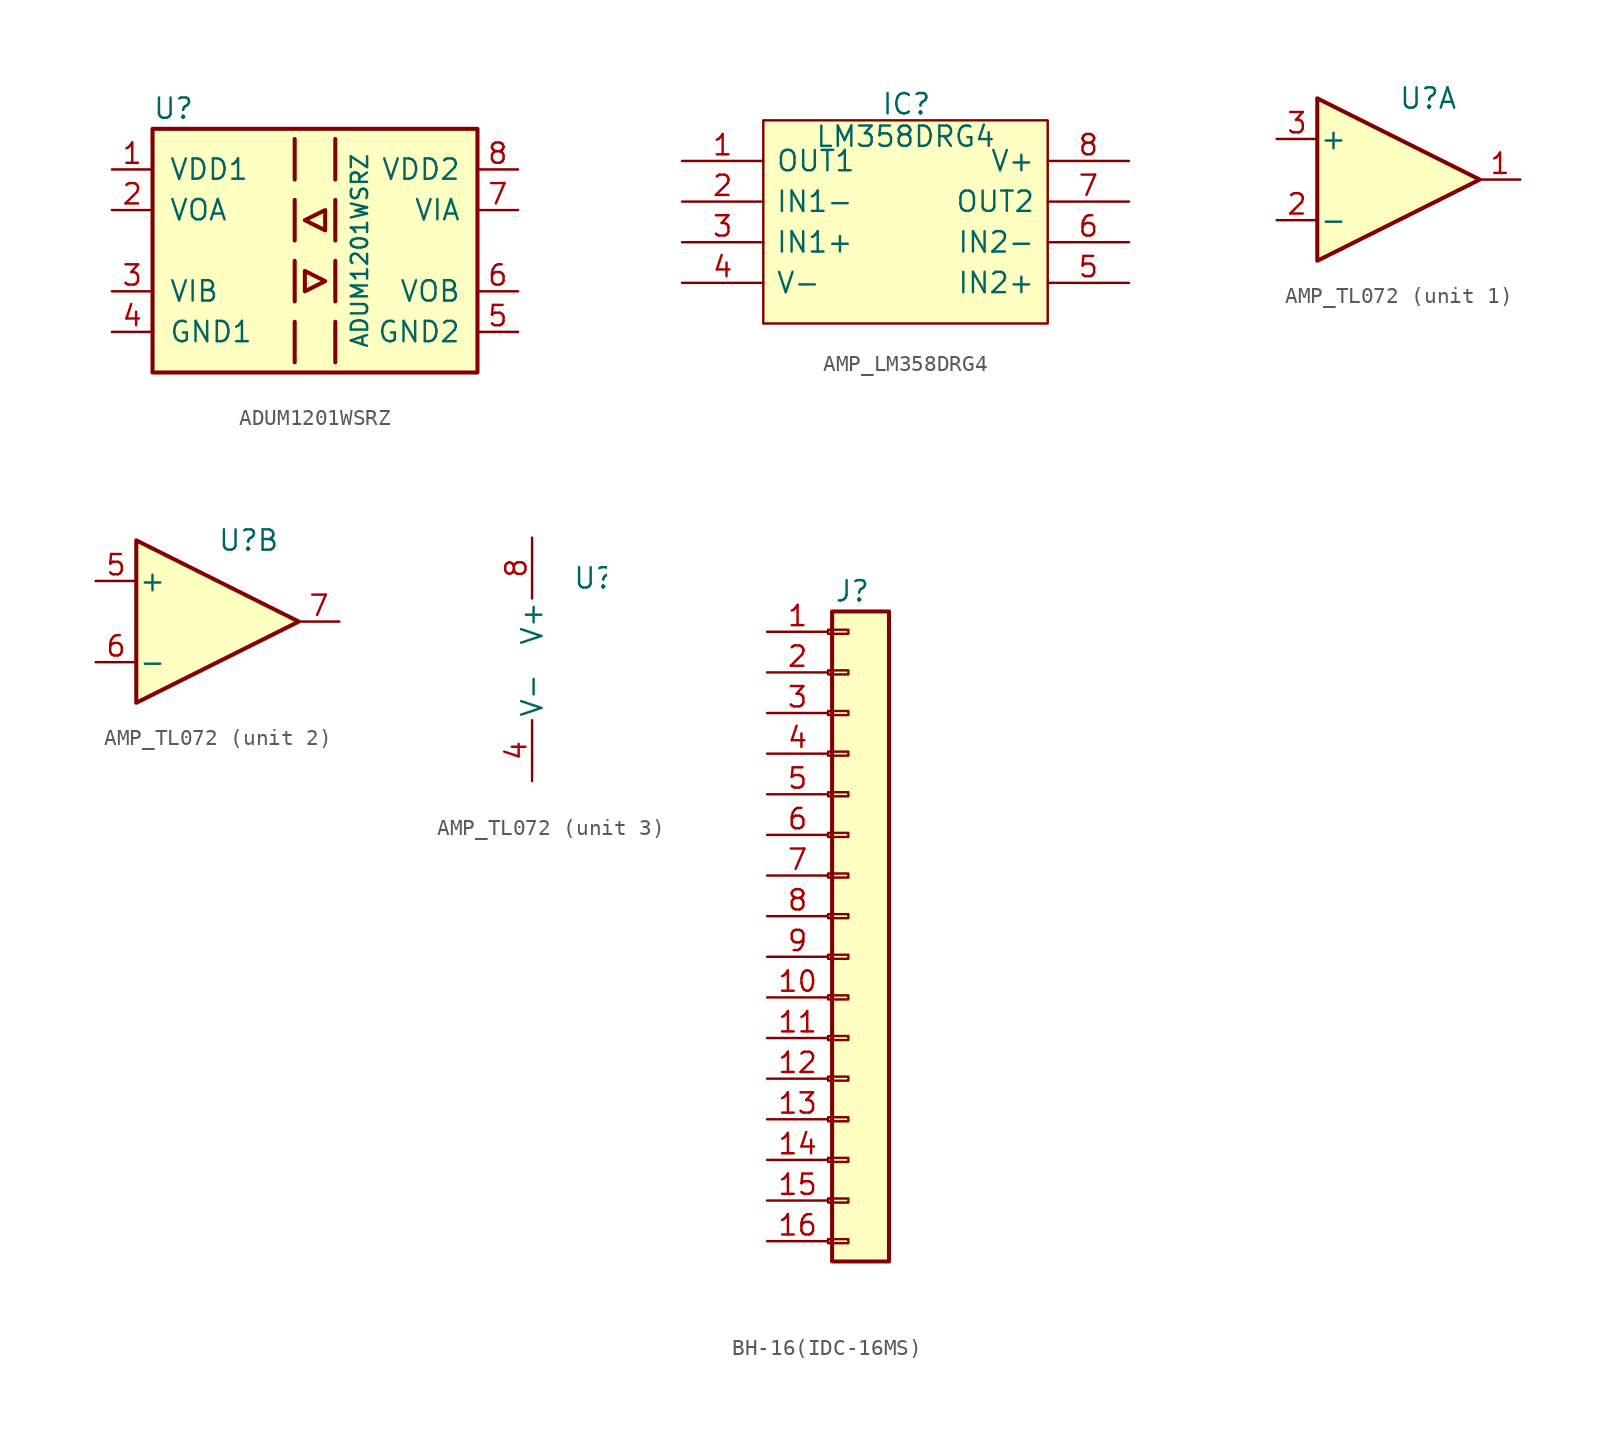
<source format=kicad_sym>
(kicad_symbol_lib
  (version 20220914)
  (generator kicad_symbol_editor)
  (symbol "ADUM1201WSRZ"
    (pin_names
      (offset 1.016))
    (property "Reference" "U"
      (at -10.16 8.89 0)
      (effects (font (size 1.27 1.27)) (justify left)))
    (property "Value" "ADUM1201WSRZ"
      (at 2.794 0 90)
      (effects (font (size 1.016 1.016))))
    (symbol "ADUM1201WSRZ_0_1"
      (rectangle (start -10.16 7.62) (end 10.16 -7.62) (stroke (width 0.254) (type default)) (fill (type background)))
      (polyline (pts (xy -1.27 -4.445) (xy -1.27 -6.985)) (stroke (width 0.254) (type default)) (fill (type none)))
      (polyline (pts (xy -1.27 -0.635) (xy -1.27 -3.175)) (stroke (width 0.254) (type default)) (fill (type none)))
      (polyline (pts (xy -1.27 3.175) (xy -1.27 0.635)) (stroke (width 0.254) (type default)) (fill (type none)))
      (polyline (pts (xy -1.27 6.985) (xy -1.27 4.445)) (stroke (width 0.254) (type default)) (fill (type none)))
      (polyline (pts (xy 1.27 -4.445) (xy 1.27 -6.985)) (stroke (width 0.254) (type default)) (fill (type none)))
      (polyline (pts (xy 1.27 -0.635) (xy 1.27 -3.175)) (stroke (width 0.254) (type default)) (fill (type none)))
      (polyline (pts (xy 1.27 3.175) (xy 1.27 0.635)) (stroke (width 0.254) (type default)) (fill (type none)))
      (polyline (pts (xy 1.27 6.985) (xy 1.27 4.445)) (stroke (width 0.254) (type default)) (fill (type none)))
      (polyline (pts (xy -0.635 -1.27) (xy -0.635 -2.54) (xy 0.635 -1.905) (xy -0.635 -1.27)) (stroke (width 0.254) (type default)) (fill (type none)))
      (polyline (pts (xy 0.635 2.54) (xy 0.635 1.27) (xy -0.635 1.905) (xy 0.635 2.54)) (stroke (width 0.254) (type default)) (fill (type none))))
    (symbol "ADUM1201WSRZ_1_1"
      (pin power_in line (at -12.7 5.08 0) (length 2.54) (name "VDD1" (effects (font (size 1.27 1.27)))) (number "1" (effects (font (size 1.27 1.27)))))
      (pin output line (at -12.7 2.54 0) (length 2.54) (name "VOA" (effects (font (size 1.27 1.27)))) (number "2" (effects (font (size 1.27 1.27)))))
      (pin input line (at -12.7 -2.54 0) (length 2.54) (name "VIB" (effects (font (size 1.27 1.27)))) (number "3" (effects (font (size 1.27 1.27)))))
      (pin power_in line (at -12.7 -5.08 0) (length 2.54) (name "GND1" (effects (font (size 1.27 1.27)))) (number "4" (effects (font (size 1.27 1.27)))))
      (pin power_in line (at 12.7 -5.08 180) (length 2.54) (name "GND2" (effects (font (size 1.27 1.27)))) (number "5" (effects (font (size 1.27 1.27)))))
      (pin output line (at 12.7 -2.54 180) (length 2.54) (name "VOB" (effects (font (size 1.27 1.27)))) (number "6" (effects (font (size 1.27 1.27)))))
      (pin input line (at 12.7 2.54 180) (length 2.54) (name "VIA" (effects (font (size 1.27 1.27)))) (number "7" (effects (font (size 1.27 1.27)))))
      (pin power_in line (at 12.7 5.08 180) (length 2.54) (name "VDD2" (effects (font (size 1.27 1.27)))) (number "8" (effects (font (size 1.27 1.27)))))))
  (symbol "AMP_LM358DRG4"
    (pin_names
      (offset 0.762))
    (property "Reference" "IC"
      (at 12.446 3.556 0)
      (effects (font (size 1.27 1.27)) (justify left)))
    (property "Value" "LM358DRG4"
      (at 13.97 1.524 0)
      (effects (font (size 1.27 1.27))))
    (symbol "AMP_LM358DRG4_0_0"
      (pin passive line (at 0 0 0) (length 5.08) (name "OUT1" (effects (font (size 1.27 1.27)))) (number "1" (effects (font (size 1.27 1.27)))))
      (pin passive line (at 0 -2.54 0) (length 5.08) (name "IN1-" (effects (font (size 1.27 1.27)))) (number "2" (effects (font (size 1.27 1.27)))))
      (pin passive line (at 0 -5.08 0) (length 5.08) (name "IN1+" (effects (font (size 1.27 1.27)))) (number "3" (effects (font (size 1.27 1.27)))))
      (pin passive line (at 0 -7.62 0) (length 5.08) (name "V-" (effects (font (size 1.27 1.27)))) (number "4" (effects (font (size 1.27 1.27)))))
      (pin passive line (at 27.94 -7.62 180) (length 5.08) (name "IN2+" (effects (font (size 1.27 1.27)))) (number "5" (effects (font (size 1.27 1.27)))))
      (pin passive line (at 27.94 -5.08 180) (length 5.08) (name "IN2-" (effects (font (size 1.27 1.27)))) (number "6" (effects (font (size 1.27 1.27)))))
      (pin passive line (at 27.94 -2.54 180) (length 5.08) (name "OUT2" (effects (font (size 1.27 1.27)))) (number "7" (effects (font (size 1.27 1.27)))))
      (pin passive line (at 27.94 0 180) (length 5.08) (name "V+" (effects (font (size 1.27 1.27)))) (number "8" (effects (font (size 1.27 1.27))))))
    (symbol "AMP_LM358DRG4_0_1"
      (polyline (pts (xy 5.08 2.54) (xy 22.86 2.54) (xy 22.86 -10.16) (xy 5.08 -10.16) (xy 5.08 2.54)) (stroke (width 0.152) (type default)) (fill (type background)))))
  (symbol "AMP_TL072"
    (pin_names
      (offset 0.127))
    (property "Reference" "U"
      (at 0 5.08 0)
      (effects (font (size 1.27 1.27)) (justify left)))
    (property "ki_locked" ""
      (at 0 0 0)
      (effects (font (size 1.27 1.27))))
    (symbol "AMP_TL072_1_1"
      (polyline (pts (xy -5.08 5.08) (xy 5.08 0) (xy -5.08 -5.08) (xy -5.08 5.08)) (stroke (width 0.254) (type default)) (fill (type background)))
      (pin output line (at 7.62 0 180) (length 2.54) (name "~" (effects (font (size 1.27 1.27)))) (number "1" (effects (font (size 1.27 1.27)))))
      (pin input line (at -7.62 -2.54 0) (length 2.54) (name "-" (effects (font (size 1.27 1.27)))) (number "2" (effects (font (size 1.27 1.27)))))
      (pin input line (at -7.62 2.54 0) (length 2.54) (name "+" (effects (font (size 1.27 1.27)))) (number "3" (effects (font (size 1.27 1.27))))))
    (symbol "AMP_TL072_2_1"
      (polyline (pts (xy -5.08 5.08) (xy 5.08 0) (xy -5.08 -5.08) (xy -5.08 5.08)) (stroke (width 0.254) (type default)) (fill (type background)))
      (pin input line (at -7.62 2.54 0) (length 2.54) (name "+" (effects (font (size 1.27 1.27)))) (number "5" (effects (font (size 1.27 1.27)))))
      (pin input line (at -7.62 -2.54 0) (length 2.54) (name "-" (effects (font (size 1.27 1.27)))) (number "6" (effects (font (size 1.27 1.27)))))
      (pin output line (at 7.62 0 180) (length 2.54) (name "~" (effects (font (size 1.27 1.27)))) (number "7" (effects (font (size 1.27 1.27))))))
    (symbol "AMP_TL072_3_1"
      (pin power_in line (at -2.54 -7.62 90) (length 3.81) (name "V-" (effects (font (size 1.27 1.27)))) (number "4" (effects (font (size 1.27 1.27)))))
      (pin power_in line (at -2.54 7.62 270) (length 3.81) (name "V+" (effects (font (size 1.27 1.27)))) (number "8" (effects (font (size 1.27 1.27)))))))
  (symbol "BH-16(IDC-16MS)"
    (pin_names
      (offset 1.016) hide)
    (property "Reference" "J"
      (at 0.254 27.94 0)
      (effects (font (size 1.27 1.27))))
    (symbol "BH-16(IDC-16MS)_1_1"
      (rectangle (start -1.27 -12.573) (end 0 -12.827) (stroke (width 0.152) (type default)) (fill (type none)))
      (rectangle (start -1.27 -10.033) (end 0 -10.287) (stroke (width 0.152) (type default)) (fill (type none)))
      (rectangle (start -1.27 -7.493) (end 0 -7.747) (stroke (width 0.152) (type default)) (fill (type none)))
      (rectangle (start -1.27 -4.953) (end 0 -5.207) (stroke (width 0.152) (type default)) (fill (type none)))
      (rectangle (start -1.27 -2.413) (end 0 -2.667) (stroke (width 0.152) (type default)) (fill (type none)))
      (rectangle (start -1.27 0.127) (end 0 -0.127) (stroke (width 0.152) (type default)) (fill (type none)))
      (rectangle (start -1.27 2.667) (end 0 2.413) (stroke (width 0.152) (type default)) (fill (type none)))
      (rectangle (start -1.27 5.207) (end 0 4.953) (stroke (width 0.152) (type default)) (fill (type none)))
      (rectangle (start -1.27 7.747) (end 0 7.493) (stroke (width 0.152) (type default)) (fill (type none)))
      (rectangle (start -1.27 10.287) (end 0 10.033) (stroke (width 0.152) (type default)) (fill (type none)))
      (rectangle (start -1.27 12.827) (end 0 12.573) (stroke (width 0.152) (type default)) (fill (type none)))
      (rectangle (start -1.27 15.367) (end 0 15.113) (stroke (width 0.152) (type default)) (fill (type none)))
      (rectangle (start -1.27 17.907) (end 0 17.653) (stroke (width 0.152) (type default)) (fill (type none)))
      (rectangle (start -1.27 20.447) (end 0 20.193) (stroke (width 0.152) (type default)) (fill (type none)))
      (rectangle (start -1.27 22.987) (end 0 22.733) (stroke (width 0.152) (type default)) (fill (type none)))
      (rectangle (start -1.27 25.527) (end 0 25.273) (stroke (width 0.152) (type default)) (fill (type none)))
      (rectangle (start -1.016 26.67) (end 2.54 -13.97) (stroke (width 0.254) (type default)) (fill (type background)))
      (pin passive line (at -5.08 25.4 0) (length 3.81) (name "Pin_1" (effects (font (size 1.27 1.27)))) (number "1" (effects (font (size 1.27 1.27)))))
      (pin passive line (at -5.08 2.54 0) (length 3.81) (name "Pin_10" (effects (font (size 1.27 1.27)))) (number "10" (effects (font (size 1.27 1.27)))))
      (pin passive line (at -5.08 0 0) (length 3.81) (name "Pin_11" (effects (font (size 1.27 1.27)))) (number "11" (effects (font (size 1.27 1.27)))))
      (pin passive line (at -5.08 -2.54 0) (length 3.81) (name "Pin_12" (effects (font (size 1.27 1.27)))) (number "12" (effects (font (size 1.27 1.27)))))
      (pin passive line (at -5.08 -5.08 0) (length 3.81) (name "Pin_13" (effects (font (size 1.27 1.27)))) (number "13" (effects (font (size 1.27 1.27)))))
      (pin passive line (at -5.08 -7.62 0) (length 3.81) (name "Pin_14" (effects (font (size 1.27 1.27)))) (number "14" (effects (font (size 1.27 1.27)))))
      (pin passive line (at -5.08 -10.16 0) (length 3.81) (name "Pin_15" (effects (font (size 1.27 1.27)))) (number "15" (effects (font (size 1.27 1.27)))))
      (pin passive line (at -5.08 -12.7 0) (length 3.81) (name "Pin_16" (effects (font (size 1.27 1.27)))) (number "16" (effects (font (size 1.27 1.27)))))
      (pin passive line (at -5.08 22.86 0) (length 3.81) (name "Pin_2" (effects (font (size 1.27 1.27)))) (number "2" (effects (font (size 1.27 1.27)))))
      (pin passive line (at -5.08 20.32 0) (length 3.81) (name "Pin_3" (effects (font (size 1.27 1.27)))) (number "3" (effects (font (size 1.27 1.27)))))
      (pin passive line (at -5.08 17.78 0) (length 3.81) (name "Pin_4" (effects (font (size 1.27 1.27)))) (number "4" (effects (font (size 1.27 1.27)))))
      (pin passive line (at -5.08 15.24 0) (length 3.81) (name "Pin_5" (effects (font (size 1.27 1.27)))) (number "5" (effects (font (size 1.27 1.27)))))
      (pin passive line (at -5.08 12.7 0) (length 3.81) (name "Pin_6" (effects (font (size 1.27 1.27)))) (number "6" (effects (font (size 1.27 1.27)))))
      (pin passive line (at -5.08 10.16 0) (length 3.81) (name "Pin_7" (effects (font (size 1.27 1.27)))) (number "7" (effects (font (size 1.27 1.27)))))
      (pin passive line (at -5.08 7.62 0) (length 3.81) (name "Pin_8" (effects (font (size 1.27 1.27)))) (number "8" (effects (font (size 1.27 1.27)))))
      (pin passive line (at -5.08 5.08 0) (length 3.81) (name "Pin_9" (effects (font (size 1.27 1.27)))) (number "9" (effects (font (size 1.27 1.27))))))))
</source>
